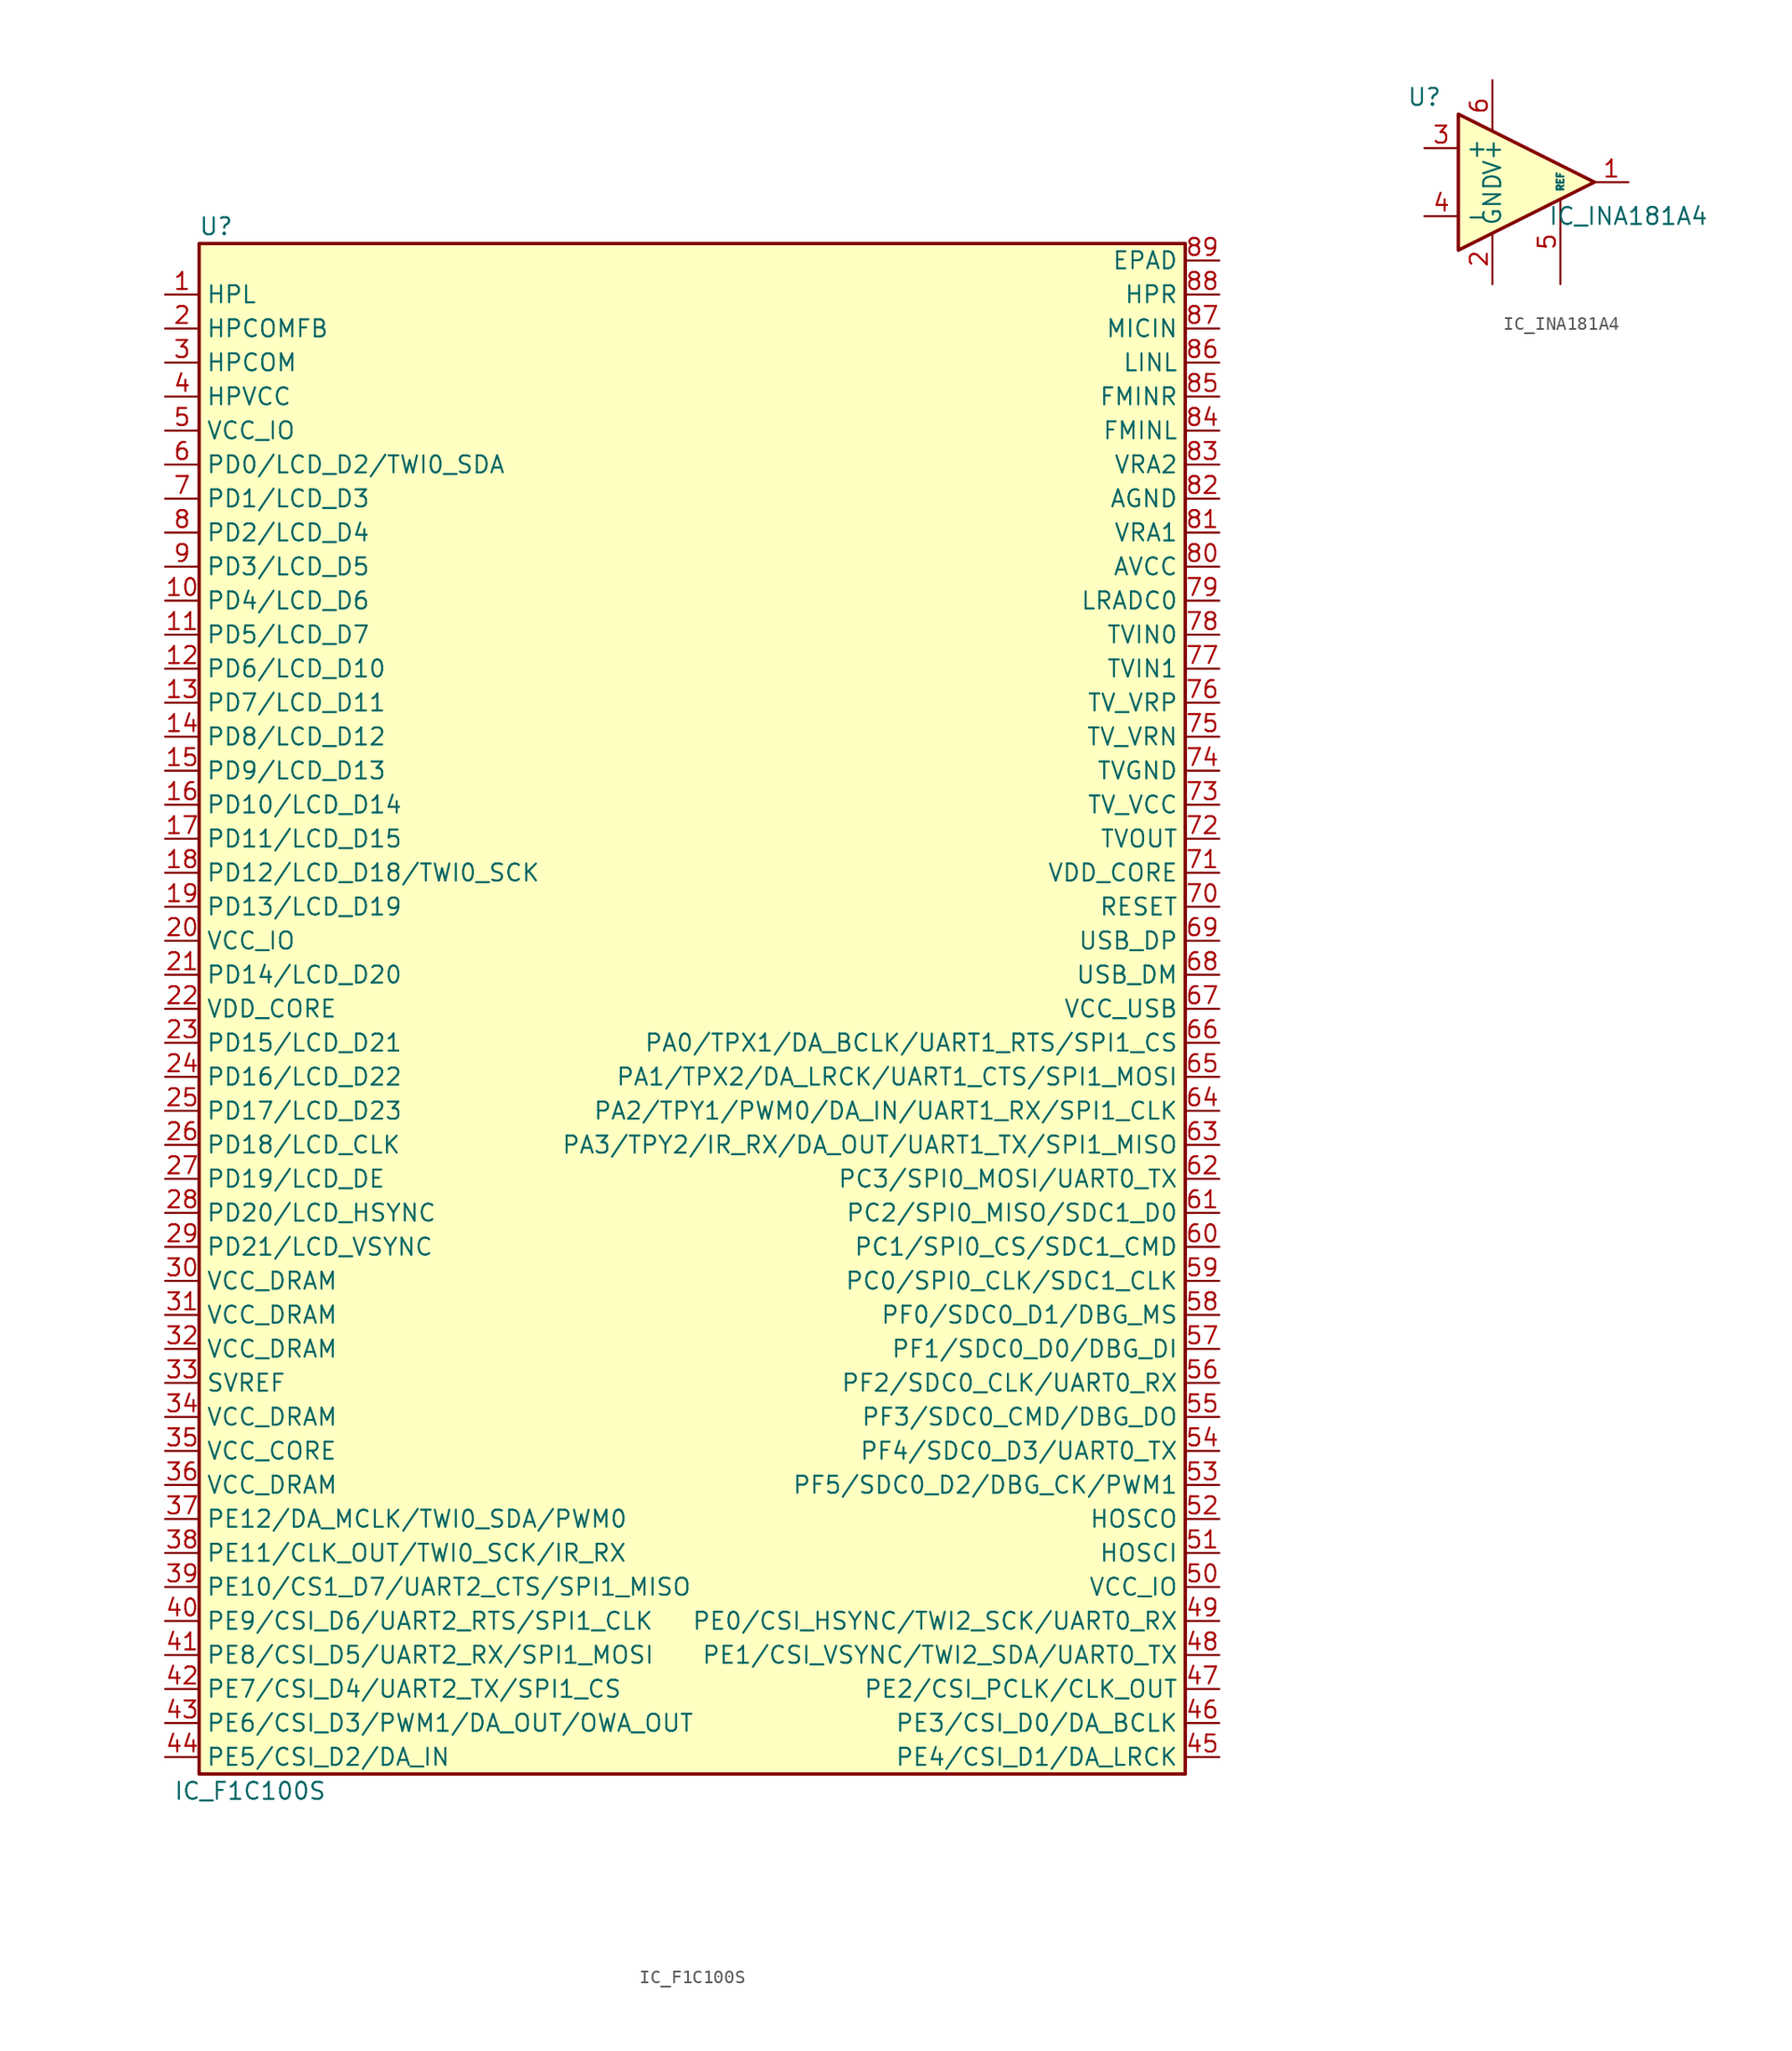
<source format=kicad_sym>
(kicad_symbol_lib
  (version 20241209)
  (generator "kicad_symbol_editor")
  (generator_version "9.0")
  (symbol "IC_F1C100S"
    (property "Reference" "U"
      (at -35.56 58.42 0)
      (effects (font (size 1.27 1.27))))
    (property "Value" "IC_F1C100S"
      (at -33.02 -58.42 0)
      (effects (font (size 1.27 1.27))))
    (symbol "IC_F1C100S_0_1"
      (rectangle (start -36.83 57.15) (end 36.83 -57.15) (stroke (width 0.254) (type default)) (fill (type background))))
    (symbol "IC_F1C100S_1_0"
      (pin output line (at -39.37 53.34 0) (length 2.54) (name "HPL" (effects (font (size 1.27 1.27)))) (number "1" (effects (font (size 1.27 1.27)))))
      (pin input line (at -39.37 50.8 0) (length 2.54) (name "HPCOMFB" (effects (font (size 1.27 1.27)))) (number "2" (effects (font (size 1.27 1.27)))))
      (pin output line (at -39.37 48.26 0) (length 2.54) (name "HPCOM" (effects (font (size 1.27 1.27)))) (number "3" (effects (font (size 1.27 1.27)))))
      (pin passive line (at -39.37 45.72 0) (length 2.54) (name "HPVCC" (effects (font (size 1.27 1.27)))) (number "4" (effects (font (size 1.27 1.27)))))
      (pin passive line (at -39.37 43.18 0) (length 2.54) (name "VCC_IO" (effects (font (size 1.27 1.27)))) (number "5" (effects (font (size 1.27 1.27)))))
      (pin bidirectional line (at -39.37 40.64 0) (length 2.54) (name "PD0/LCD_D2/TWI0_SDA" (effects (font (size 1.27 1.27)))) (number "6" (effects (font (size 1.27 1.27)))))
      (pin bidirectional line (at -39.37 38.1 0) (length 2.54) (name "PD1/LCD_D3" (effects (font (size 1.27 1.27)))) (number "7" (effects (font (size 1.27 1.27)))))
      (pin bidirectional line (at -39.37 35.56 0) (length 2.54) (name "PD2/LCD_D4" (effects (font (size 1.27 1.27)))) (number "8" (effects (font (size 1.27 1.27)))))
      (pin bidirectional line (at -39.37 33.02 0) (length 2.54) (name "PD3/LCD_D5" (effects (font (size 1.27 1.27)))) (number "9" (effects (font (size 1.27 1.27)))))
      (pin bidirectional line (at -39.37 30.48 0) (length 2.54) (name "PD4/LCD_D6" (effects (font (size 1.27 1.27)))) (number "10" (effects (font (size 1.27 1.27)))))
      (pin bidirectional line (at -39.37 27.94 0) (length 2.54) (name "PD5/LCD_D7" (effects (font (size 1.27 1.27)))) (number "11" (effects (font (size 1.27 1.27)))))
      (pin bidirectional line (at -39.37 25.4 0) (length 2.54) (name "PD6/LCD_D10" (effects (font (size 1.27 1.27)))) (number "12" (effects (font (size 1.27 1.27)))))
      (pin bidirectional line (at -39.37 22.86 0) (length 2.54) (name "PD7/LCD_D11" (effects (font (size 1.27 1.27)))) (number "13" (effects (font (size 1.27 1.27)))))
      (pin bidirectional line (at -39.37 20.32 0) (length 2.54) (name "PD8/LCD_D12" (effects (font (size 1.27 1.27)))) (number "14" (effects (font (size 1.27 1.27)))))
      (pin bidirectional line (at -39.37 17.78 0) (length 2.54) (name "PD9/LCD_D13" (effects (font (size 1.27 1.27)))) (number "15" (effects (font (size 1.27 1.27)))))
      (pin bidirectional line (at -39.37 15.24 0) (length 2.54) (name "PD10/LCD_D14" (effects (font (size 1.27 1.27)))) (number "16" (effects (font (size 1.27 1.27)))))
      (pin bidirectional line (at -39.37 12.7 0) (length 2.54) (name "PD11/LCD_D15" (effects (font (size 1.27 1.27)))) (number "17" (effects (font (size 1.27 1.27)))))
      (pin bidirectional line (at -39.37 10.16 0) (length 2.54) (name "PD12/LCD_D18/TWI0_SCK" (effects (font (size 1.27 1.27)))) (number "18" (effects (font (size 1.27 1.27)))))
      (pin bidirectional line (at -39.37 7.62 0) (length 2.54) (name "PD13/LCD_D19" (effects (font (size 1.27 1.27)))) (number "19" (effects (font (size 1.27 1.27)))))
      (pin passive line (at -39.37 5.08 0) (length 2.54) (name "VCC_IO" (effects (font (size 1.27 1.27)))) (number "20" (effects (font (size 1.27 1.27)))))
      (pin bidirectional line (at -39.37 2.54 0) (length 2.54) (name "PD14/LCD_D20" (effects (font (size 1.27 1.27)))) (number "21" (effects (font (size 1.27 1.27)))))
      (pin passive line (at -39.37 0 0) (length 2.54) (name "VDD_CORE" (effects (font (size 1.27 1.27)))) (number "22" (effects (font (size 1.27 1.27)))))
      (pin bidirectional line (at -39.37 -2.54 0) (length 2.54) (name "PD15/LCD_D21" (effects (font (size 1.27 1.27)))) (number "23" (effects (font (size 1.27 1.27)))))
      (pin bidirectional line (at -39.37 -5.08 0) (length 2.54) (name "PD16/LCD_D22" (effects (font (size 1.27 1.27)))) (number "24" (effects (font (size 1.27 1.27)))))
      (pin bidirectional line (at -39.37 -7.62 0) (length 2.54) (name "PD17/LCD_D23" (effects (font (size 1.27 1.27)))) (number "25" (effects (font (size 1.27 1.27)))))
      (pin bidirectional line (at -39.37 -10.16 0) (length 2.54) (name "PD18/LCD_CLK" (effects (font (size 1.27 1.27)))) (number "26" (effects (font (size 1.27 1.27)))))
      (pin bidirectional line (at -39.37 -12.7 0) (length 2.54) (name "PD19/LCD_DE" (effects (font (size 1.27 1.27)))) (number "27" (effects (font (size 1.27 1.27)))))
      (pin bidirectional line (at -39.37 -15.24 0) (length 2.54) (name "PD20/LCD_HSYNC" (effects (font (size 1.27 1.27)))) (number "28" (effects (font (size 1.27 1.27)))))
      (pin bidirectional line (at -39.37 -17.78 0) (length 2.54) (name "PD21/LCD_VSYNC" (effects (font (size 1.27 1.27)))) (number "29" (effects (font (size 1.27 1.27)))))
      (pin passive line (at -39.37 -20.32 0) (length 2.54) (name "VCC_DRAM" (effects (font (size 1.27 1.27)))) (number "30" (effects (font (size 1.27 1.27)))))
      (pin passive line (at -39.37 -22.86 0) (length 2.54) (name "VCC_DRAM" (effects (font (size 1.27 1.27)))) (number "31" (effects (font (size 1.27 1.27)))))
      (pin passive line (at -39.37 -25.4 0) (length 2.54) (name "VCC_DRAM" (effects (font (size 1.27 1.27)))) (number "32" (effects (font (size 1.27 1.27)))))
      (pin passive line (at -39.37 -27.94 0) (length 2.54) (name "SVREF" (effects (font (size 1.27 1.27)))) (number "33" (effects (font (size 1.27 1.27)))))
      (pin passive line (at -39.37 -30.48 0) (length 2.54) (name "VCC_DRAM" (effects (font (size 1.27 1.27)))) (number "34" (effects (font (size 1.27 1.27)))))
      (pin passive line (at -39.37 -33.02 0) (length 2.54) (name "VCC_CORE" (effects (font (size 1.27 1.27)))) (number "35" (effects (font (size 1.27 1.27)))))
      (pin passive line (at -39.37 -35.56 0) (length 2.54) (name "VCC_DRAM" (effects (font (size 1.27 1.27)))) (number "36" (effects (font (size 1.27 1.27)))))
      (pin bidirectional line (at -39.37 -38.1 0) (length 2.54) (name "PE12/DA_MCLK/TWI0_SDA/PWM0" (effects (font (size 1.27 1.27)))) (number "37" (effects (font (size 1.27 1.27)))))
      (pin bidirectional line (at -39.37 -40.64 0) (length 2.54) (name "PE11/CLK_OUT/TWI0_SCK/IR_RX" (effects (font (size 1.27 1.27)))) (number "38" (effects (font (size 1.27 1.27)))))
      (pin bidirectional line (at -39.37 -43.18 0) (length 2.54) (name "PE10/CS1_D7/UART2_CTS/SPI1_MISO" (effects (font (size 1.27 1.27)))) (number "39" (effects (font (size 1.27 1.27)))))
      (pin bidirectional line (at -39.37 -45.72 0) (length 2.54) (name "PE9/CSI_D6/UART2_RTS/SPI1_CLK" (effects (font (size 1.27 1.27)))) (number "40" (effects (font (size 1.27 1.27)))))
      (pin bidirectional line (at -39.37 -48.26 0) (length 2.54) (name "PE8/CSI_D5/UART2_RX/SPI1_MOSI" (effects (font (size 1.27 1.27)))) (number "41" (effects (font (size 1.27 1.27)))))
      (pin bidirectional line (at -39.37 -50.8 0) (length 2.54) (name "PE7/CSI_D4/UART2_TX/SPI1_CS" (effects (font (size 1.27 1.27)))) (number "42" (effects (font (size 1.27 1.27)))))
      (pin bidirectional line (at -39.37 -53.34 0) (length 2.54) (name "PE6/CSI_D3/PWM1/DA_OUT/OWA_OUT" (effects (font (size 1.27 1.27)))) (number "43" (effects (font (size 1.27 1.27)))))
      (pin bidirectional line (at -39.37 -55.88 0) (length 2.54) (name "PE5/CSI_D2/DA_IN" (effects (font (size 1.27 1.27)))) (number "44" (effects (font (size 1.27 1.27)))))
      (pin passive line (at 39.37 55.88 180) (length 2.54) (name "EPAD" (effects (font (size 1.27 1.27)))) (number "89" (effects (font (size 1.27 1.27)))))
      (pin output line (at 39.37 53.34 180) (length 2.54) (name "HPR" (effects (font (size 1.27 1.27)))) (number "88" (effects (font (size 1.27 1.27)))))
      (pin input line (at 39.37 50.8 180) (length 2.54) (name "MICIN" (effects (font (size 1.27 1.27)))) (number "87" (effects (font (size 1.27 1.27)))))
      (pin input line (at 39.37 48.26 180) (length 2.54) (name "LINL" (effects (font (size 1.27 1.27)))) (number "86" (effects (font (size 1.27 1.27)))))
      (pin passive line (at 39.37 45.72 180) (length 2.54) (name "FMINR" (effects (font (size 1.27 1.27)))) (number "85" (effects (font (size 1.27 1.27)))))
      (pin passive line (at 39.37 43.18 180) (length 2.54) (name "FMINL" (effects (font (size 1.27 1.27)))) (number "84" (effects (font (size 1.27 1.27)))))
      (pin passive line (at 39.37 40.64 180) (length 2.54) (name "VRA2" (effects (font (size 1.27 1.27)))) (number "83" (effects (font (size 1.27 1.27)))))
      (pin passive line (at 39.37 38.1 180) (length 2.54) (name "AGND" (effects (font (size 1.27 1.27)))) (number "82" (effects (font (size 1.27 1.27)))))
      (pin passive line (at 39.37 35.56 180) (length 2.54) (name "VRA1" (effects (font (size 1.27 1.27)))) (number "81" (effects (font (size 1.27 1.27)))))
      (pin passive line (at 39.37 33.02 180) (length 2.54) (name "AVCC" (effects (font (size 1.27 1.27)))) (number "80" (effects (font (size 1.27 1.27)))))
      (pin input line (at 39.37 30.48 180) (length 2.54) (name "LRADC0" (effects (font (size 1.27 1.27)))) (number "79" (effects (font (size 1.27 1.27)))))
      (pin input line (at 39.37 27.94 180) (length 2.54) (name "TVIN0" (effects (font (size 1.27 1.27)))) (number "78" (effects (font (size 1.27 1.27)))))
      (pin input line (at 39.37 25.4 180) (length 2.54) (name "TVIN1" (effects (font (size 1.27 1.27)))) (number "77" (effects (font (size 1.27 1.27)))))
      (pin passive line (at 39.37 22.86 180) (length 2.54) (name "TV_VRP" (effects (font (size 1.27 1.27)))) (number "76" (effects (font (size 1.27 1.27)))))
      (pin passive line (at 39.37 20.32 180) (length 2.54) (name "TV_VRN" (effects (font (size 1.27 1.27)))) (number "75" (effects (font (size 1.27 1.27)))))
      (pin passive line (at 39.37 17.78 180) (length 2.54) (name "TVGND" (effects (font (size 1.27 1.27)))) (number "74" (effects (font (size 1.27 1.27)))))
      (pin passive line (at 39.37 15.24 180) (length 2.54) (name "TV_VCC" (effects (font (size 1.27 1.27)))) (number "73" (effects (font (size 1.27 1.27)))))
      (pin output line (at 39.37 12.7 180) (length 2.54) (name "TVOUT" (effects (font (size 1.27 1.27)))) (number "72" (effects (font (size 1.27 1.27)))))
      (pin passive line (at 39.37 10.16 180) (length 2.54) (name "VDD_CORE" (effects (font (size 1.27 1.27)))) (number "71" (effects (font (size 1.27 1.27)))))
      (pin input line (at 39.37 7.62 180) (length 2.54) (name "RESET" (effects (font (size 1.27 1.27)))) (number "70" (effects (font (size 1.27 1.27)))))
      (pin bidirectional line (at 39.37 5.08 180) (length 2.54) (name "USB_DP" (effects (font (size 1.27 1.27)))) (number "69" (effects (font (size 1.27 1.27)))))
      (pin bidirectional line (at 39.37 2.54 180) (length 2.54) (name "USB_DM" (effects (font (size 1.27 1.27)))) (number "68" (effects (font (size 1.27 1.27)))))
      (pin passive line (at 39.37 0 180) (length 2.54) (name "VCC_USB" (effects (font (size 1.27 1.27)))) (number "67" (effects (font (size 1.27 1.27)))))
      (pin bidirectional line (at 39.37 -2.54 180) (length 2.54) (name "PA0/TPX1/DA_BCLK/UART1_RTS/SPI1_CS" (effects (font (size 1.27 1.27)))) (number "66" (effects (font (size 1.27 1.27)))))
      (pin bidirectional line (at 39.37 -5.08 180) (length 2.54) (name "PA1/TPX2/DA_LRCK/UART1_CTS/SPI1_MOSI" (effects (font (size 1.27 1.27)))) (number "65" (effects (font (size 1.27 1.27)))))
      (pin bidirectional line (at 39.37 -7.62 180) (length 2.54) (name "PA2/TPY1/PWM0/DA_IN/UART1_RX/SPI1_CLK" (effects (font (size 1.27 1.27)))) (number "64" (effects (font (size 1.27 1.27)))))
      (pin bidirectional line (at 39.37 -10.16 180) (length 2.54) (name "PA3/TPY2/IR_RX/DA_OUT/UART1_TX/SPI1_MISO" (effects (font (size 1.27 1.27)))) (number "63" (effects (font (size 1.27 1.27)))))
      (pin bidirectional line (at 39.37 -12.7 180) (length 2.54) (name "PC3/SPI0_MOSI/UART0_TX" (effects (font (size 1.27 1.27)))) (number "62" (effects (font (size 1.27 1.27)))))
      (pin bidirectional line (at 39.37 -15.24 180) (length 2.54) (name "PC2/SPI0_MISO/SDC1_D0" (effects (font (size 1.27 1.27)))) (number "61" (effects (font (size 1.27 1.27)))))
      (pin bidirectional line (at 39.37 -17.78 180) (length 2.54) (name "PC1/SPI0_CS/SDC1_CMD" (effects (font (size 1.27 1.27)))) (number "60" (effects (font (size 1.27 1.27)))))
      (pin bidirectional line (at 39.37 -20.32 180) (length 2.54) (name "PC0/SPI0_CLK/SDC1_CLK" (effects (font (size 1.27 1.27)))) (number "59" (effects (font (size 1.27 1.27)))))
      (pin bidirectional line (at 39.37 -22.86 180) (length 2.54) (name "PF0/SDC0_D1/DBG_MS" (effects (font (size 1.27 1.27)))) (number "58" (effects (font (size 1.27 1.27)))))
      (pin bidirectional line (at 39.37 -25.4 180) (length 2.54) (name "PF1/SDC0_D0/DBG_DI" (effects (font (size 1.27 1.27)))) (number "57" (effects (font (size 1.27 1.27)))))
      (pin bidirectional line (at 39.37 -27.94 180) (length 2.54) (name "PF2/SDC0_CLK/UART0_RX" (effects (font (size 1.27 1.27)))) (number "56" (effects (font (size 1.27 1.27)))))
      (pin bidirectional line (at 39.37 -30.48 180) (length 2.54) (name "PF3/SDC0_CMD/DBG_DO" (effects (font (size 1.27 1.27)))) (number "55" (effects (font (size 1.27 1.27)))))
      (pin bidirectional line (at 39.37 -33.02 180) (length 2.54) (name "PF4/SDC0_D3/UART0_TX" (effects (font (size 1.27 1.27)))) (number "54" (effects (font (size 1.27 1.27)))))
      (pin bidirectional line (at 39.37 -35.56 180) (length 2.54) (name "PF5/SDC0_D2/DBG_CK/PWM1" (effects (font (size 1.27 1.27)))) (number "53" (effects (font (size 1.27 1.27)))))
      (pin passive line (at 39.37 -38.1 180) (length 2.54) (name "HOSCO" (effects (font (size 1.27 1.27)))) (number "52" (effects (font (size 1.27 1.27)))))
      (pin passive line (at 39.37 -40.64 180) (length 2.54) (name "HOSCI" (effects (font (size 1.27 1.27)))) (number "51" (effects (font (size 1.27 1.27)))))
      (pin passive line (at 39.37 -43.18 180) (length 2.54) (name "VCC_IO" (effects (font (size 1.27 1.27)))) (number "50" (effects (font (size 1.27 1.27)))))
      (pin bidirectional line (at 39.37 -45.72 180) (length 2.54) (name "PE0/CSI_HSYNC/TWI2_SCK/UART0_RX" (effects (font (size 1.27 1.27)))) (number "49" (effects (font (size 1.27 1.27)))))
      (pin bidirectional line (at 39.37 -48.26 180) (length 2.54) (name "PE1/CSI_VSYNC/TWI2_SDA/UART0_TX" (effects (font (size 1.27 1.27)))) (number "48" (effects (font (size 1.27 1.27)))))
      (pin bidirectional line (at 39.37 -50.8 180) (length 2.54) (name "PE2/CSI_PCLK/CLK_OUT" (effects (font (size 1.27 1.27)))) (number "47" (effects (font (size 1.27 1.27)))))
      (pin bidirectional line (at 39.37 -53.34 180) (length 2.54) (name "PE3/CSI_D0/DA_BCLK" (effects (font (size 1.27 1.27)))) (number "46" (effects (font (size 1.27 1.27)))))
      (pin bidirectional line (at 39.37 -55.88 180) (length 2.54) (name "PE4/CSI_D1/DA_LRCK" (effects (font (size 1.27 1.27)))) (number "45" (effects (font (size 1.27 1.27)))))))
  (symbol "IC_INA181A4"
    (property "Reference" "U"
      (at -5.08 6.35 0)
      (effects (font (size 1.27 1.27))))
    (property "Value" "IC_INA181A4"
      (at 10.16 -2.54 0)
      (effects (font (size 1.27 1.27))))
    (symbol "IC_INA181A4_0_1"
      (polyline (pts (xy 7.62 0) (xy -2.54 5.08) (xy -2.54 -5.08) (xy 7.62 0)) (stroke (width 0.254) (type default)) (fill (type background))))
    (symbol "IC_INA181A4_1_1"
      (pin input line (at -5.08 2.54 0) (length 2.54) (name "+" (effects (font (size 1.27 1.27)))) (number "3" (effects (font (size 1.27 1.27)))))
      (pin input line (at -5.08 -2.54 0) (length 2.54) (name "-" (effects (font (size 1.27 1.27)))) (number "4" (effects (font (size 1.27 1.27)))))
      (pin passive line (at 0 7.62 270) (length 3.81) (name "V+" (effects (font (size 1.27 1.27)))) (number "6" (effects (font (size 1.27 1.27)))))
      (pin passive line (at 0 -7.62 90) (length 3.81) (name "GND" (effects (font (size 1.27 1.27)))) (number "2" (effects (font (size 1.27 1.27)))))
      (pin input line (at 5.08 -7.62 90) (length 6.35) (name "REF" (effects (font (size 0.508 0.508)))) (number "5" (effects (font (size 1.27 1.27)))))
      (pin output line (at 10.16 0 180) (length 2.54) (name "~" (effects (font (size 1.27 1.27)))) (number "1" (effects (font (size 1.27 1.27))))))))
</source>
